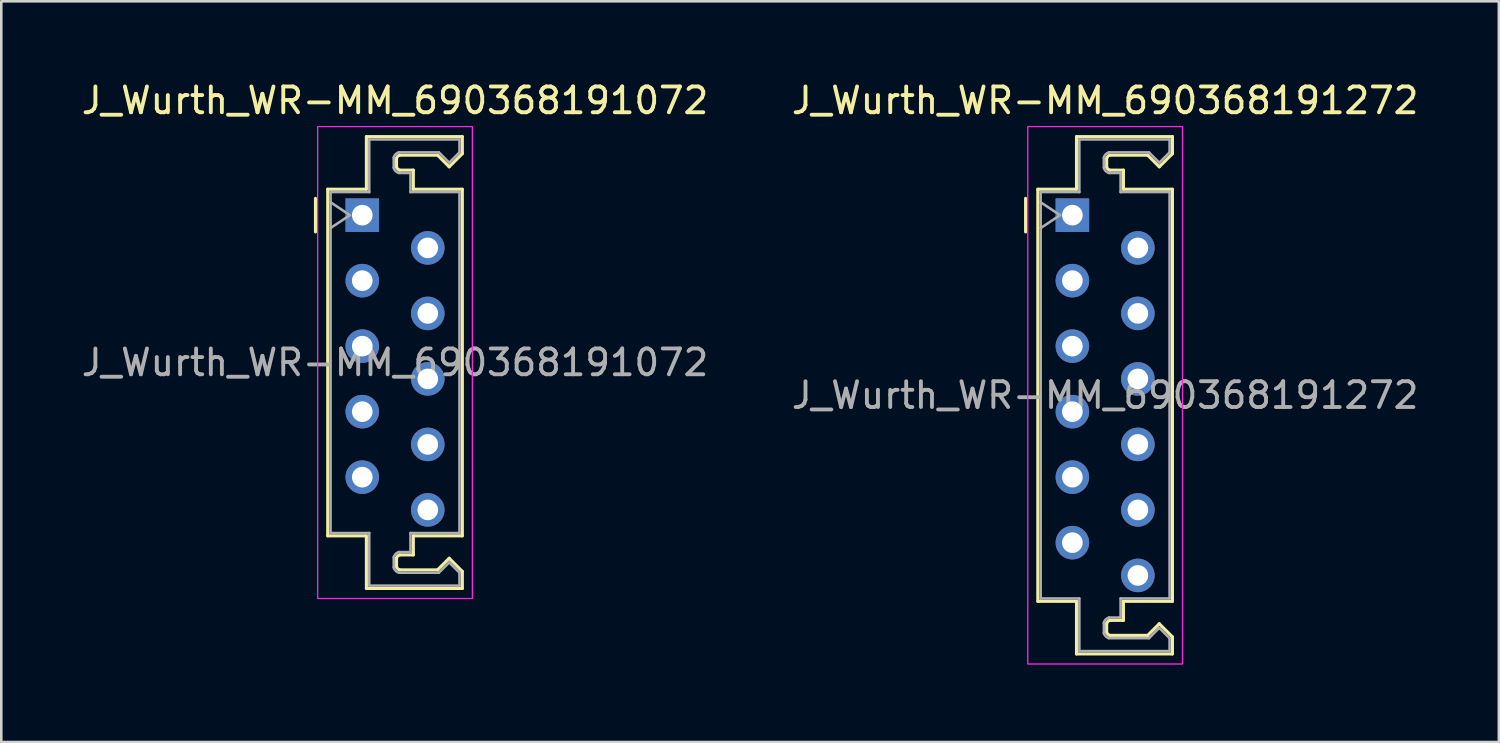
<source format=kicad_pcb>
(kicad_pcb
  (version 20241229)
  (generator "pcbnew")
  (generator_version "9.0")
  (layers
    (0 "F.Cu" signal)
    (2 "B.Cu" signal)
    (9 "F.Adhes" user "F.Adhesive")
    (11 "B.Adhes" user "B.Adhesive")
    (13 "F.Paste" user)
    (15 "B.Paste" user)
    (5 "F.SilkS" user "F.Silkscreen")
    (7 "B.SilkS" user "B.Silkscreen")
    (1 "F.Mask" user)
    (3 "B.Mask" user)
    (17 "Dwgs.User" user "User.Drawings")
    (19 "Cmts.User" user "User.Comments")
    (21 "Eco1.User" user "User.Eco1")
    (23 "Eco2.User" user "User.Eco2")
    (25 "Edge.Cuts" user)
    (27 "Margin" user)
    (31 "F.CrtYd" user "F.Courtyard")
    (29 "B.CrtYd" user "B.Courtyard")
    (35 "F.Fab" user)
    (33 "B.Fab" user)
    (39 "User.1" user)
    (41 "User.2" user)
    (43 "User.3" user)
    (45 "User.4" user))
  (footprint "J_Wurth_WR-MM_690368191072"
    (layer "F.Cu")
    (at 10.998 5.293)
    (property "Reference" "J_Wurth_WR-MM_690368191072" (at 1.27 -4.445 0) (unlocked yes) (layer "F.SilkS") (effects (font (size 1 1) (thickness 0.15))))
    (attr through_hole)
    (fp_line (start -1.815 0.65) (end -1.815 -0.65) (stroke (width 0.12) (type solid)) (layer "F.SilkS"))
    (fp_line (start -1.34 -1.005) (end 0.16 -1.005) (stroke (width 0.12) (type solid)) (layer "F.SilkS"))
    (fp_line (start -1.34 12.435) (end -1.34 -1.005) (stroke (width 0.12) (type solid)) (layer "F.SilkS"))
    (fp_line (start -1.34 12.435) (end 0.16 12.435) (stroke (width 0.12) (type solid)) (layer "F.SilkS"))
    (fp_line (start 0.16 -3.045) (end 3.88 -3.045) (stroke (width 0.12) (type solid)) (layer "F.SilkS"))
    (fp_line (start 0.16 -1.005) (end 0.16 -3.045) (stroke (width 0.12) (type solid)) (layer "F.SilkS"))
    (fp_line (start 0.16 12.435) (end 0.16 14.475) (stroke (width 0.12) (type solid)) (layer "F.SilkS"))
    (fp_line (start 0.16 14.475) (end 3.88 14.475) (stroke (width 0.12) (type solid)) (layer "F.SilkS"))
    (fp_line (start 1.33 -2.205) (end 1.33 -1.865) (stroke (width 0.12) (type solid)) (layer "F.SilkS"))
    (fp_line (start 1.33 13.636) (end 1.33 13.294) (stroke (width 0.12) (type solid)) (layer "F.SilkS"))
    (fp_line (start 1.45 -2.325) (end 2.92 -2.325) (stroke (width 0.12) (type solid)) (layer "F.SilkS"))
    (fp_line (start 1.45 13.755) (end 2.92 13.755) (stroke (width 0.12) (type solid)) (layer "F.SilkS"))
    (fp_line (start 1.98 -1.745) (end 1.45 -1.745) (stroke (width 0.12) (type solid)) (layer "F.SilkS"))
    (fp_line (start 1.98 -1.005) (end 1.98 -1.745) (stroke (width 0.12) (type solid)) (layer "F.SilkS"))
    (fp_line (start 1.98 12.435) (end 1.98 13.175) (stroke (width 0.12) (type solid)) (layer "F.SilkS"))
    (fp_line (start 1.98 13.175) (end 1.45 13.175) (stroke (width 0.12) (type solid)) (layer "F.SilkS"))
    (fp_line (start 2.92 -2.325) (end 3.37 -1.875) (stroke (width 0.12) (type solid)) (layer "F.SilkS"))
    (fp_line (start 2.92 13.755) (end 3.37 13.305) (stroke (width 0.12) (type solid)) (layer "F.SilkS"))
    (fp_line (start 3.88 -3.045) (end 3.88 -2.385) (stroke (width 0.12) (type solid)) (layer "F.SilkS"))
    (fp_line (start 3.88 -2.385) (end 3.37 -1.875) (stroke (width 0.12) (type solid)) (layer "F.SilkS"))
    (fp_line (start 3.88 -1.005) (end 1.98 -1.005) (stroke (width 0.12) (type solid)) (layer "F.SilkS"))
    (fp_line (start 3.88 12.435) (end 1.98 12.435) (stroke (width 0.12) (type solid)) (layer "F.SilkS"))
    (fp_line (start 3.88 12.435) (end 3.88 -1.005) (stroke (width 0.12) (type solid)) (layer "F.SilkS"))
    (fp_line (start 3.88 13.815) (end 3.37 13.305) (stroke (width 0.12) (type solid)) (layer "F.SilkS"))
    (fp_line (start 3.88 14.475) (end 3.88 13.815) (stroke (width 0.12) (type solid)) (layer "F.SilkS"))
    (fp_arc (start 1.330001 -2.2055) (mid 1.373741 -2.28126) (end 1.4495 -2.325) (stroke (width 0.12) (type solid)) (layer "F.SilkS"))
    (fp_arc (start 1.330002 13.294501) (mid 1.373741 13.218741) (end 1.4495 13.175001) (stroke (width 0.12) (type solid)) (layer "F.SilkS"))
    (fp_arc (start 1.4495 -1.745001) (mid 1.373741 -1.788741) (end 1.330002 -1.864501) (stroke (width 0.12) (type solid)) (layer "F.SilkS"))
    (fp_arc (start 1.4495 13.755) (mid 1.373741 13.71126) (end 1.330001 13.6355) (stroke (width 0.12) (type solid)) (layer "F.SilkS"))
    (fp_rect (start -1.73 -3.435) (end 4.27 14.865) (stroke (width 0.05) (type solid)) (fill no) (layer "F.CrtYd"))
    (fp_line (start -1.23 -0.895) (end 0.27 -0.895) (stroke (width 0.1) (type solid)) (layer "F.Fab"))
    (fp_line (start -1.23 12.325) (end -1.23 -0.895) (stroke (width 0.1) (type solid)) (layer "F.Fab"))
    (fp_line (start -1.23 12.325) (end 0.27 12.325) (stroke (width 0.1) (type solid)) (layer "F.Fab"))
    (fp_line (start -0.48 0) (end -1.23 -0.5) (stroke (width 0.1) (type solid)) (layer "F.Fab"))
    (fp_line (start -0.48 0) (end -1.23 0.5) (stroke (width 0.1) (type solid)) (layer "F.Fab"))
    (fp_line (start 0.27 -2.935) (end 3.77 -2.935) (stroke (width 0.1) (type solid)) (layer "F.Fab"))
    (fp_line (start 0.27 -0.895) (end 0.27 -2.935) (stroke (width 0.1) (type solid)) (layer "F.Fab"))
    (fp_line (start 0.27 14.365) (end 0.27 12.325) (stroke (width 0.1) (type solid)) (layer "F.Fab"))
    (fp_line (start 0.27 14.365) (end 3.77 14.365) (stroke (width 0.1) (type solid)) (layer "F.Fab"))
    (fp_line (start 1.22 -2.235) (end 1.22 -1.835) (stroke (width 0.1) (type solid)) (layer "F.Fab"))
    (fp_line (start 1.22 13.665) (end 1.22 13.265) (stroke (width 0.1) (type solid)) (layer "F.Fab"))
    (fp_line (start 1.42 -1.635) (end 1.87 -1.635) (stroke (width 0.1) (type solid)) (layer "F.Fab"))
    (fp_line (start 1.42 13.065) (end 1.87 13.065) (stroke (width 0.1) (type solid)) (layer "F.Fab"))
    (fp_line (start 1.87 -1.635) (end 1.87 -0.895) (stroke (width 0.1) (type solid)) (layer "F.Fab"))
    (fp_line (start 1.87 -0.895) (end 3.77 -0.895) (stroke (width 0.1) (type solid)) (layer "F.Fab"))
    (fp_line (start 1.87 12.325) (end 3.77 12.325) (stroke (width 0.1) (type solid)) (layer "F.Fab"))
    (fp_line (start 1.87 13.065) (end 1.87 12.325) (stroke (width 0.1) (type solid)) (layer "F.Fab"))
    (fp_line (start 2.97 -2.435) (end 1.42 -2.435) (stroke (width 0.1) (type solid)) (layer "F.Fab"))
    (fp_line (start 2.97 13.865) (end 1.42 13.865) (stroke (width 0.1) (type solid)) (layer "F.Fab"))
    (fp_line (start 3.37 -2.035) (end 2.97 -2.435) (stroke (width 0.1) (type solid)) (layer "F.Fab"))
    (fp_line (start 3.37 13.465) (end 2.97 13.865) (stroke (width 0.1) (type solid)) (layer "F.Fab"))
    (fp_line (start 3.77 -2.435) (end 3.37 -2.035) (stroke (width 0.1) (type solid)) (layer "F.Fab"))
    (fp_line (start 3.77 -2.435) (end 3.77 -2.935) (stroke (width 0.1) (type solid)) (layer "F.Fab"))
    (fp_line (start 3.77 12.325) (end 3.77 -0.895) (stroke (width 0.1) (type solid)) (layer "F.Fab"))
    (fp_line (start 3.77 13.865) (end 3.37 13.465) (stroke (width 0.1) (type solid)) (layer "F.Fab"))
    (fp_line (start 3.77 14.365) (end 3.77 13.865) (stroke (width 0.1) (type solid)) (layer "F.Fab"))
    (fp_arc (start 1.22 -2.235) (mid 1.293204 -2.361796) (end 1.419999 -2.435002) (stroke (width 0.1) (type default)) (layer "F.Fab"))
    (fp_arc (start 1.22 13.265) (mid 1.293205 13.138205) (end 1.42 13.065) (stroke (width 0.1) (type default)) (layer "F.Fab"))
    (fp_arc (start 1.42 -1.635) (mid 1.293204 -1.708204) (end 1.219998 -1.834998) (stroke (width 0.1) (type default)) (layer "F.Fab"))
    (fp_arc (start 1.42 13.865) (mid 1.293205 13.791795) (end 1.22 13.665) (stroke (width 0.1) (type default)) (layer "F.Fab"))
    (fp_text user "${REFERENCE}" (at 1.27 5.715 0) (unlocked yes) (layer "F.Fab") (effects (font (size 1 1) (thickness 0.15))))
    (pad "1" thru_hole rect (at 0 0 90) (size 1.3 1.3) (drill 0.8) (layers "*.Cu" "*.Mask"))
    (pad "2" thru_hole circle (at 2.54 1.27 90) (size 1.3 1.3) (drill 0.8) (layers "*.Cu" "*.Mask"))
    (pad "3" thru_hole circle (at 0 2.54 90) (size 1.3 1.3) (drill 0.8) (layers "*.Cu" "*.Mask"))
    (pad "4" thru_hole circle (at 2.54 3.81 90) (size 1.3 1.3) (drill 0.8) (layers "*.Cu" "*.Mask"))
    (pad "5" thru_hole circle (at 0 5.08 90) (size 1.3 1.3) (drill 0.8) (layers "*.Cu" "*.Mask"))
    (pad "6" thru_hole circle (at 2.54 6.35 90) (size 1.3 1.3) (drill 0.8) (layers "*.Cu" "*.Mask"))
    (pad "7" thru_hole circle (at 0 7.62 90) (size 1.3 1.3) (drill 0.8) (layers "*.Cu" "*.Mask"))
    (pad "8" thru_hole circle (at 2.54 8.89 90) (size 1.3 1.3) (drill 0.8) (layers "*.Cu" "*.Mask"))
    (pad "9" thru_hole circle (at 0 10.16 90) (size 1.3 1.3) (drill 0.8) (layers "*.Cu" "*.Mask"))
    (pad "10" thru_hole circle (at 2.54 11.43 90) (size 1.3 1.3) (drill 0.8) (layers "*.Cu" "*.Mask")))
  (footprint "J_Wurth_WR-MM_690368191272"
    (layer "F.Cu")
    (at 38.534 5.293)
    (property "Reference" "J_Wurth_WR-MM_690368191272" (at 1.27 -4.445 0) (unlocked yes) (layer "F.SilkS") (effects (font (size 1 1) (thickness 0.15))))
    (attr through_hole)
    (fp_line (start -1.815 0.65) (end -1.815 -0.65) (stroke (width 0.12) (type solid)) (layer "F.SilkS"))
    (fp_line (start -1.34 -1.005) (end 0.16 -1.005) (stroke (width 0.12) (type solid)) (layer "F.SilkS"))
    (fp_line (start -1.34 14.975) (end -1.34 -1.005) (stroke (width 0.12) (type solid)) (layer "F.SilkS"))
    (fp_line (start -1.34 14.975) (end 0.16 14.975) (stroke (width 0.12) (type solid)) (layer "F.SilkS"))
    (fp_line (start 0.16 -3.045) (end 3.88 -3.045) (stroke (width 0.12) (type solid)) (layer "F.SilkS"))
    (fp_line (start 0.16 -1.005) (end 0.16 -3.045) (stroke (width 0.12) (type solid)) (layer "F.SilkS"))
    (fp_line (start 0.16 14.975) (end 0.16 17.015) (stroke (width 0.12) (type solid)) (layer "F.SilkS"))
    (fp_line (start 0.16 17.015) (end 3.88 17.015) (stroke (width 0.12) (type solid)) (layer "F.SilkS"))
    (fp_line (start 1.33 -2.205) (end 1.33 -1.865) (stroke (width 0.12) (type solid)) (layer "F.SilkS"))
    (fp_line (start 1.33 16.175) (end 1.33 15.835) (stroke (width 0.12) (type solid)) (layer "F.SilkS"))
    (fp_line (start 1.45 -2.325) (end 2.92 -2.325) (stroke (width 0.12) (type solid)) (layer "F.SilkS"))
    (fp_line (start 1.45 16.295) (end 2.92 16.295) (stroke (width 0.12) (type solid)) (layer "F.SilkS"))
    (fp_line (start 1.98 -1.745) (end 1.45 -1.745) (stroke (width 0.12) (type solid)) (layer "F.SilkS"))
    (fp_line (start 1.98 -1.005) (end 1.98 -1.745) (stroke (width 0.12) (type solid)) (layer "F.SilkS"))
    (fp_line (start 1.98 14.975) (end 1.98 15.715) (stroke (width 0.12) (type solid)) (layer "F.SilkS"))
    (fp_line (start 1.98 15.715) (end 1.45 15.715) (stroke (width 0.12) (type solid)) (layer "F.SilkS"))
    (fp_line (start 2.92 -2.325) (end 3.37 -1.875) (stroke (width 0.12) (type solid)) (layer "F.SilkS"))
    (fp_line (start 2.92 16.295) (end 3.37 15.845) (stroke (width 0.12) (type solid)) (layer "F.SilkS"))
    (fp_line (start 3.88 -3.045) (end 3.88 -2.385) (stroke (width 0.12) (type solid)) (layer "F.SilkS"))
    (fp_line (start 3.88 -2.385) (end 3.37 -1.875) (stroke (width 0.12) (type solid)) (layer "F.SilkS"))
    (fp_line (start 3.88 -1.005) (end 1.98 -1.005) (stroke (width 0.12) (type solid)) (layer "F.SilkS"))
    (fp_line (start 3.88 14.975) (end 1.98 14.975) (stroke (width 0.12) (type solid)) (layer "F.SilkS"))
    (fp_line (start 3.88 14.975) (end 3.88 -1.005) (stroke (width 0.12) (type solid)) (layer "F.SilkS"))
    (fp_line (start 3.88 16.355) (end 3.37 15.845) (stroke (width 0.12) (type solid)) (layer "F.SilkS"))
    (fp_line (start 3.88 17.015) (end 3.88 16.355) (stroke (width 0.12) (type solid)) (layer "F.SilkS"))
    (fp_arc (start 1.330001 -2.2055) (mid 1.373741 -2.28126) (end 1.4495 -2.325) (stroke (width 0.12) (type solid)) (layer "F.SilkS"))
    (fp_arc (start 1.330002 15.834501) (mid 1.373741 15.758741) (end 1.4495 15.715001) (stroke (width 0.12) (type solid)) (layer "F.SilkS"))
    (fp_arc (start 1.4495 -1.745001) (mid 1.373741 -1.788741) (end 1.330002 -1.864501) (stroke (width 0.12) (type solid)) (layer "F.SilkS"))
    (fp_arc (start 1.4495 16.295) (mid 1.373741 16.25126) (end 1.330001 16.1755) (stroke (width 0.12) (type solid)) (layer "F.SilkS"))
    (fp_rect (start -1.73 -3.435) (end 4.27 17.405) (stroke (width 0.05) (type solid)) (fill no) (layer "F.CrtYd"))
    (fp_line (start -1.23 -0.895) (end 0.27 -0.895) (stroke (width 0.1) (type solid)) (layer "F.Fab"))
    (fp_line (start -1.23 14.865) (end -1.23 -0.895) (stroke (width 0.1) (type solid)) (layer "F.Fab"))
    (fp_line (start -1.23 14.865) (end 0.27 14.865) (stroke (width 0.1) (type solid)) (layer "F.Fab"))
    (fp_line (start -0.48 0) (end -1.23 -0.5) (stroke (width 0.1) (type solid)) (layer "F.Fab"))
    (fp_line (start -0.48 0) (end -1.23 0.5) (stroke (width 0.1) (type solid)) (layer "F.Fab"))
    (fp_line (start 0.27 -2.935) (end 3.77 -2.935) (stroke (width 0.1) (type solid)) (layer "F.Fab"))
    (fp_line (start 0.27 -0.895) (end 0.27 -2.935) (stroke (width 0.1) (type solid)) (layer "F.Fab"))
    (fp_line (start 0.27 16.905) (end 0.27 14.865) (stroke (width 0.1) (type solid)) (layer "F.Fab"))
    (fp_line (start 0.27 16.905) (end 3.77 16.905) (stroke (width 0.1) (type solid)) (layer "F.Fab"))
    (fp_line (start 1.22 -2.235) (end 1.22 -1.835) (stroke (width 0.1) (type solid)) (layer "F.Fab"))
    (fp_line (start 1.22 16.205) (end 1.22 15.805) (stroke (width 0.1) (type solid)) (layer "F.Fab"))
    (fp_line (start 1.42 -1.635) (end 1.87 -1.635) (stroke (width 0.1) (type solid)) (layer "F.Fab"))
    (fp_line (start 1.42 15.605) (end 1.87 15.605) (stroke (width 0.1) (type solid)) (layer "F.Fab"))
    (fp_line (start 1.87 -1.635) (end 1.87 -0.895) (stroke (width 0.1) (type solid)) (layer "F.Fab"))
    (fp_line (start 1.87 -0.895) (end 3.77 -0.895) (stroke (width 0.1) (type solid)) (layer "F.Fab"))
    (fp_line (start 1.87 14.865) (end 3.77 14.865) (stroke (width 0.1) (type solid)) (layer "F.Fab"))
    (fp_line (start 1.87 15.605) (end 1.87 14.865) (stroke (width 0.1) (type solid)) (layer "F.Fab"))
    (fp_line (start 2.97 -2.435) (end 1.42 -2.435) (stroke (width 0.1) (type solid)) (layer "F.Fab"))
    (fp_line (start 2.97 16.405) (end 1.42 16.405) (stroke (width 0.1) (type solid)) (layer "F.Fab"))
    (fp_line (start 3.37 -2.035) (end 2.97 -2.435) (stroke (width 0.1) (type solid)) (layer "F.Fab"))
    (fp_line (start 3.37 16.005) (end 2.97 16.405) (stroke (width 0.1) (type solid)) (layer "F.Fab"))
    (fp_line (start 3.77 -2.435) (end 3.37 -2.035) (stroke (width 0.1) (type solid)) (layer "F.Fab"))
    (fp_line (start 3.77 -2.435) (end 3.77 -2.935) (stroke (width 0.1) (type solid)) (layer "F.Fab"))
    (fp_line (start 3.77 14.865) (end 3.77 -0.895) (stroke (width 0.1) (type solid)) (layer "F.Fab"))
    (fp_line (start 3.77 16.405) (end 3.37 16.005) (stroke (width 0.1) (type solid)) (layer "F.Fab"))
    (fp_line (start 3.77 16.905) (end 3.77 16.405) (stroke (width 0.1) (type solid)) (layer "F.Fab"))
    (fp_arc (start 1.22 -2.235) (mid 1.293204 -2.361796) (end 1.419999 -2.435002) (stroke (width 0.1) (type default)) (layer "F.Fab"))
    (fp_arc (start 1.22 15.805) (mid 1.293205 15.678205) (end 1.42 15.605) (stroke (width 0.1) (type default)) (layer "F.Fab"))
    (fp_arc (start 1.42 -1.635) (mid 1.293204 -1.708204) (end 1.219998 -1.834998) (stroke (width 0.1) (type default)) (layer "F.Fab"))
    (fp_arc (start 1.42 16.405) (mid 1.293205 16.331795) (end 1.22 16.205) (stroke (width 0.1) (type default)) (layer "F.Fab"))
    (fp_text user "${REFERENCE}" (at 1.27 6.985 0) (unlocked yes) (layer "F.Fab") (effects (font (size 1 1) (thickness 0.15))))
    (pad "1" thru_hole rect (at 0 0 90) (size 1.3 1.3) (drill 0.8) (layers "*.Cu" "*.Mask"))
    (pad "2" thru_hole circle (at 2.54 1.27 90) (size 1.3 1.3) (drill 0.8) (layers "*.Cu" "*.Mask"))
    (pad "3" thru_hole circle (at 0 2.54 90) (size 1.3 1.3) (drill 0.8) (layers "*.Cu" "*.Mask"))
    (pad "4" thru_hole circle (at 2.54 3.81 90) (size 1.3 1.3) (drill 0.8) (layers "*.Cu" "*.Mask"))
    (pad "5" thru_hole circle (at 0 5.08 90) (size 1.3 1.3) (drill 0.8) (layers "*.Cu" "*.Mask"))
    (pad "6" thru_hole circle (at 2.54 6.35 90) (size 1.3 1.3) (drill 0.8) (layers "*.Cu" "*.Mask"))
    (pad "7" thru_hole circle (at 0 7.62 90) (size 1.3 1.3) (drill 0.8) (layers "*.Cu" "*.Mask"))
    (pad "8" thru_hole circle (at 2.54 8.89 90) (size 1.3 1.3) (drill 0.8) (layers "*.Cu" "*.Mask"))
    (pad "9" thru_hole circle (at 0 10.16 90) (size 1.3 1.3) (drill 0.8) (layers "*.Cu" "*.Mask"))
    (pad "10" thru_hole circle (at 2.54 11.43 90) (size 1.3 1.3) (drill 0.8) (layers "*.Cu" "*.Mask"))
    (pad "11" thru_hole circle (at 0 12.7 90) (size 1.3 1.3) (drill 0.8) (layers "*.Cu" "*.Mask"))
    (pad "12" thru_hole circle (at 2.54 13.97 90) (size 1.3 1.3) (drill 0.8) (layers "*.Cu" "*.Mask")))
  (gr_rect
    (start -3 -3)
    (end 55.071 25.723)
    (stroke (width 0.1) (type default))
    (fill no)
    (layer "Edge.Cuts")))
</source>
